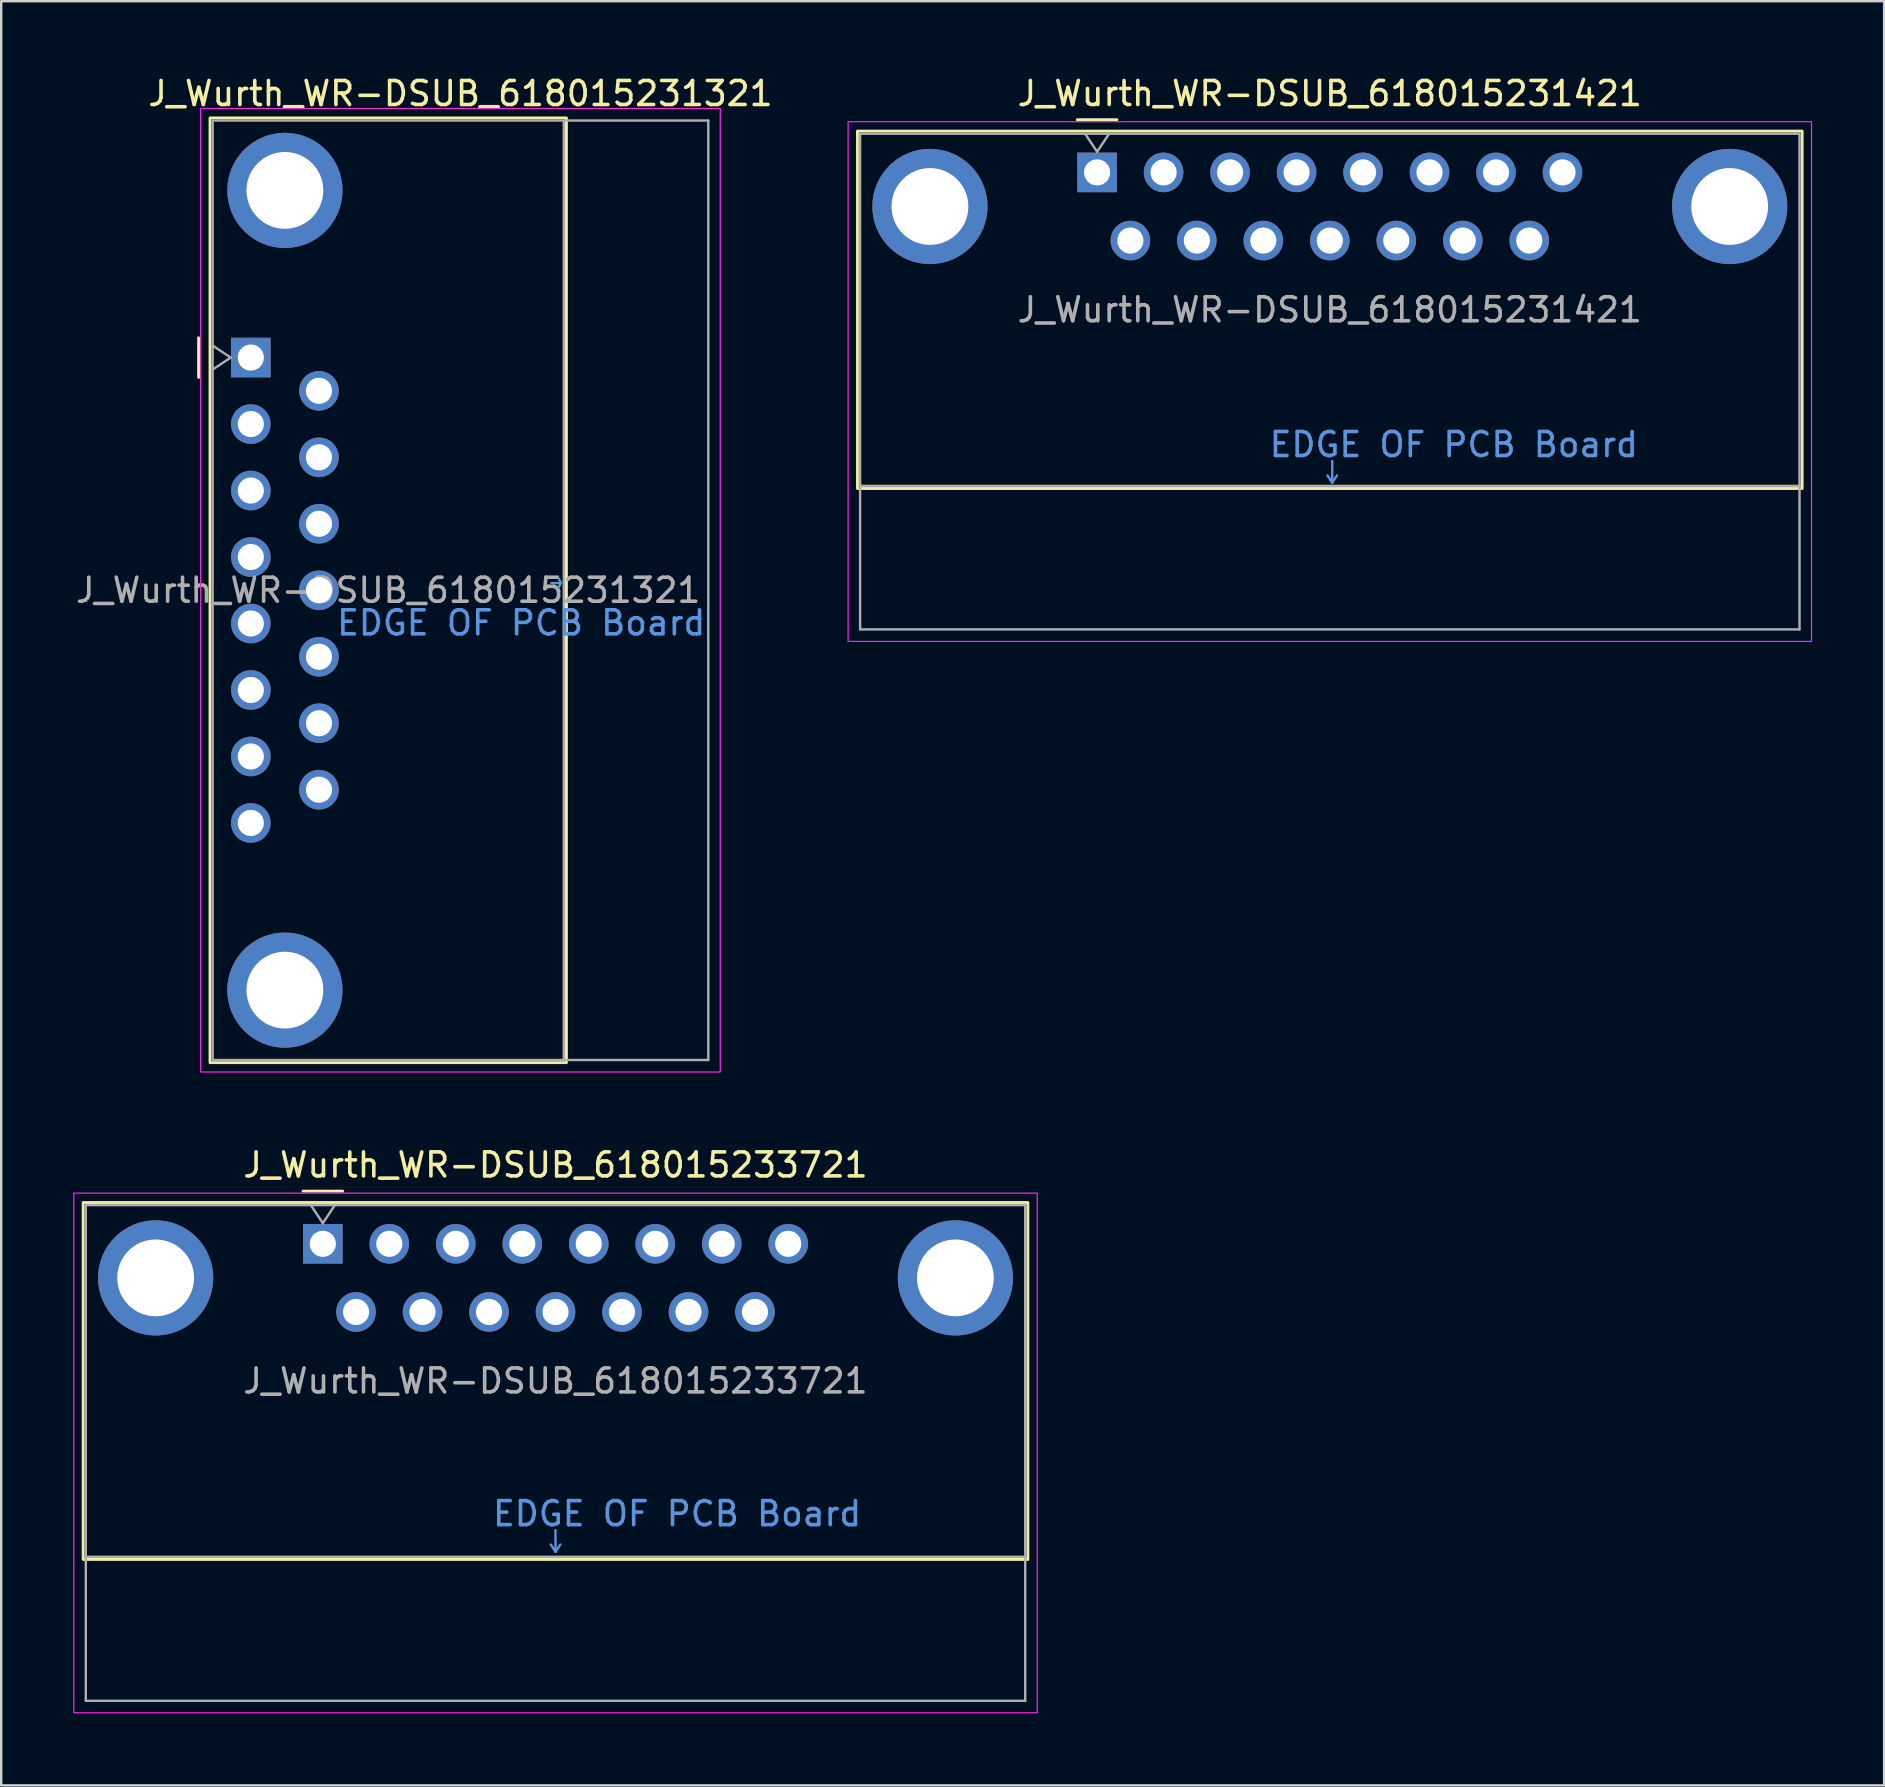
<source format=kicad_pcb>
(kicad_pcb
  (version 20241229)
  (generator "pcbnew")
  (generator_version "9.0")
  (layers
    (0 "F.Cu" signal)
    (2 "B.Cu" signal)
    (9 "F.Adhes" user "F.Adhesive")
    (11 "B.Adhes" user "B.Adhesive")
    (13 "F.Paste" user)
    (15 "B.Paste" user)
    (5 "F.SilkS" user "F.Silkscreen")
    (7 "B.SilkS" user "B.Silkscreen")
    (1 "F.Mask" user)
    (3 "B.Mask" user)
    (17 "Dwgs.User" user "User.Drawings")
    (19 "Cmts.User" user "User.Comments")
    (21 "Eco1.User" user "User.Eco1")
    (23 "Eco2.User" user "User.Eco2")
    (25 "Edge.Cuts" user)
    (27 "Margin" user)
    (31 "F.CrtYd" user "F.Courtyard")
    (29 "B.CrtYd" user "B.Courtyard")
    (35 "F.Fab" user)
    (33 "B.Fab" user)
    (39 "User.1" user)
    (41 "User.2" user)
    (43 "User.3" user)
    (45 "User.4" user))
  (footprint "J_Wurth_WR-DSUB_618015233721"
    (layer "F.Cu")
    (at 10.4 48.772)
    (property "Reference" "J_Wurth_WR-DSUB_618015233721" (at 9.695 -3.285 0) (unlocked yes) (layer "F.SilkS") (effects (font (size 1 1) (thickness 0.15))))
    (attr through_hole)
    (fp_line (start 0.825 -2.195) (end -0.825 -2.195) (stroke (width 0.12) (type solid)) (layer "F.SilkS"))
    (fp_rect (start -9.985 -1.72) (end 29.375 13.15) (stroke (width 0.12) (type solid)) (fill no) (layer "F.SilkS"))
    (fp_line (start 9.695 11.93) (end 9.695 12.83) (stroke (width 0.1) (type solid)) (layer "Cmts.User"))
    (fp_line (start 9.695 12.83) (end 9.495 12.53) (stroke (width 0.1) (type solid)) (layer "Cmts.User"))
    (fp_line (start 9.695 12.83) (end 9.895 12.53) (stroke (width 0.1) (type solid)) (layer "Cmts.User"))
    (fp_rect (start -10.375 -2.11) (end 29.765 19.54) (stroke (width 0.05) (type solid)) (fill no) (layer "F.CrtYd"))
    (fp_line (start -9.875 19.04) (end -9.875 13.04) (stroke (width 0.1) (type solid)) (layer "F.Fab"))
    (fp_line (start 0 -0.86) (end -0.5 -1.61) (stroke (width 0.1) (type solid)) (layer "F.Fab"))
    (fp_line (start 0 -0.86) (end 0.5 -1.61) (stroke (width 0.1) (type solid)) (layer "F.Fab"))
    (fp_line (start 29.265 13.04) (end 29.265 19.04) (stroke (width 0.1) (type solid)) (layer "F.Fab"))
    (fp_line (start 29.265 19.04) (end -9.875 19.04) (stroke (width 0.1) (type solid)) (layer "F.Fab"))
    (fp_rect (start -9.875 -1.61) (end 29.265 13.04) (stroke (width 0.1) (type solid)) (fill no) (layer "F.Fab"))
    (fp_text user "EDGE OF PCB Board" (at 6.995 11.83 0) (unlocked yes) (layer "Cmts.User") (effects (font (size 1 1) (thickness 0.15)) (justify left bottom)))
    (fp_text user "${REFERENCE}" (at 9.695 5.715 0) (unlocked yes) (layer "F.Fab") (effects (font (size 1 1) (thickness 0.15))))
    (pad "1" thru_hole rect (at 0 0) (size 1.65 1.65) (drill 1.09) (layers "*.Cu" "*.Mask"))
    (pad "2" thru_hole circle (at 2.77 0) (size 1.65 1.65) (drill 1.09) (layers "*.Cu" "*.Mask"))
    (pad "3" thru_hole circle (at 5.54 0) (size 1.65 1.65) (drill 1.09) (layers "*.Cu" "*.Mask"))
    (pad "4" thru_hole circle (at 8.31 0) (size 1.65 1.65) (drill 1.09) (layers "*.Cu" "*.Mask"))
    (pad "5" thru_hole circle (at 11.08 0) (size 1.65 1.65) (drill 1.09) (layers "*.Cu" "*.Mask"))
    (pad "6" thru_hole circle (at 13.85 0) (size 1.65 1.65) (drill 1.09) (layers "*.Cu" "*.Mask"))
    (pad "7" thru_hole circle (at 16.62 0) (size 1.65 1.65) (drill 1.09) (layers "*.Cu" "*.Mask"))
    (pad "8" thru_hole circle (at 19.39 0) (size 1.65 1.65) (drill 1.09) (layers "*.Cu" "*.Mask"))
    (pad "9" thru_hole circle (at 1.385 2.84) (size 1.65 1.65) (drill 1.09) (layers "*.Cu" "*.Mask"))
    (pad "10" thru_hole circle (at 4.155 2.84) (size 1.65 1.65) (drill 1.09) (layers "*.Cu" "*.Mask"))
    (pad "11" thru_hole circle (at 6.925 2.84) (size 1.65 1.65) (drill 1.09) (layers "*.Cu" "*.Mask"))
    (pad "12" thru_hole circle (at 9.695 2.84) (size 1.65 1.65) (drill 1.09) (layers "*.Cu" "*.Mask"))
    (pad "13" thru_hole circle (at 12.465 2.84) (size 1.65 1.65) (drill 1.09) (layers "*.Cu" "*.Mask"))
    (pad "14" thru_hole circle (at 15.235 2.84) (size 1.65 1.65) (drill 1.09) (layers "*.Cu" "*.Mask"))
    (pad "15" thru_hole circle (at 18.005 2.84) (size 1.65 1.65) (drill 1.09) (layers "*.Cu" "*.Mask"))
    (pad "S1" thru_hole circle (at -6.965 1.42) (size 4.8 4.8) (drill 3.2) (layers "*.Cu" "*.Mask"))
    (pad "S2" thru_hole circle (at 26.355 1.42) (size 4.8 4.8) (drill 3.2) (layers "*.Cu" "*.Mask")))
  (footprint "J_Wurth_WR-DSUB_618015231421"
    (layer "F.Cu")
    (at 42.66 4.133)
    (property "Reference" "J_Wurth_WR-DSUB_618015231421" (at 9.695 -3.285 0) (unlocked yes) (layer "F.SilkS") (effects (font (size 1 1) (thickness 0.15))))
    (attr through_hole)
    (fp_line (start 0.825 -2.195) (end -0.825 -2.195) (stroke (width 0.12) (type solid)) (layer "F.SilkS"))
    (fp_rect (start -9.985 -1.72) (end 29.375 13.17) (stroke (width 0.12) (type solid)) (fill no) (layer "F.SilkS"))
    (fp_line (start 9.795 12.025) (end 9.795 12.925) (stroke (width 0.1) (type solid)) (layer "Cmts.User"))
    (fp_line (start 9.795 12.925) (end 9.595 12.625) (stroke (width 0.1) (type solid)) (layer "Cmts.User"))
    (fp_line (start 9.795 12.925) (end 9.995 12.625) (stroke (width 0.1) (type solid)) (layer "Cmts.User"))
    (fp_rect (start -10.375 -2.11) (end 29.765 19.54) (stroke (width 0.05) (type solid)) (fill no) (layer "F.CrtYd"))
    (fp_line (start -9.875 19.04) (end -9.875 13.06) (stroke (width 0.1) (type solid)) (layer "F.Fab"))
    (fp_line (start 0 -0.86) (end -0.5 -1.61) (stroke (width 0.1) (type solid)) (layer "F.Fab"))
    (fp_line (start 0 -0.86) (end 0.5 -1.61) (stroke (width 0.1) (type solid)) (layer "F.Fab"))
    (fp_line (start 29.265 13.06) (end 29.265 19.04) (stroke (width 0.1) (type solid)) (layer "F.Fab"))
    (fp_line (start 29.265 19.04) (end -9.875 19.04) (stroke (width 0.1) (type solid)) (layer "F.Fab"))
    (fp_rect (start -9.875 -1.61) (end 29.265 13.06) (stroke (width 0.1) (type solid)) (fill no) (layer "F.Fab"))
    (fp_text user "EDGE OF PCB Board" (at 7.095 11.925 0) (unlocked yes) (layer "Cmts.User") (effects (font (size 1 1) (thickness 0.15)) (justify left bottom)))
    (fp_text user "${REFERENCE}" (at 9.695 5.725 0) (unlocked yes) (layer "F.Fab") (effects (font (size 1 1) (thickness 0.15))))
    (pad "1" thru_hole rect (at 0 0) (size 1.65 1.65) (drill 1.09) (layers "*.Cu" "*.Mask"))
    (pad "2" thru_hole circle (at 2.77 0) (size 1.65 1.65) (drill 1.09) (layers "*.Cu" "*.Mask"))
    (pad "3" thru_hole circle (at 5.54 0) (size 1.65 1.65) (drill 1.09) (layers "*.Cu" "*.Mask"))
    (pad "4" thru_hole circle (at 8.31 0) (size 1.65 1.65) (drill 1.09) (layers "*.Cu" "*.Mask"))
    (pad "5" thru_hole circle (at 11.08 0) (size 1.65 1.65) (drill 1.09) (layers "*.Cu" "*.Mask"))
    (pad "6" thru_hole circle (at 13.85 0) (size 1.65 1.65) (drill 1.09) (layers "*.Cu" "*.Mask"))
    (pad "7" thru_hole circle (at 16.62 0) (size 1.65 1.65) (drill 1.09) (layers "*.Cu" "*.Mask"))
    (pad "8" thru_hole circle (at 19.39 0) (size 1.65 1.65) (drill 1.09) (layers "*.Cu" "*.Mask"))
    (pad "9" thru_hole circle (at 1.385 2.84) (size 1.65 1.65) (drill 1.09) (layers "*.Cu" "*.Mask"))
    (pad "10" thru_hole circle (at 4.155 2.84) (size 1.65 1.65) (drill 1.09) (layers "*.Cu" "*.Mask"))
    (pad "11" thru_hole circle (at 6.925 2.84) (size 1.65 1.65) (drill 1.09) (layers "*.Cu" "*.Mask"))
    (pad "12" thru_hole circle (at 9.695 2.84) (size 1.65 1.65) (drill 1.09) (layers "*.Cu" "*.Mask"))
    (pad "13" thru_hole circle (at 12.465 2.84) (size 1.65 1.65) (drill 1.09) (layers "*.Cu" "*.Mask"))
    (pad "14" thru_hole circle (at 15.235 2.84) (size 1.65 1.65) (drill 1.09) (layers "*.Cu" "*.Mask"))
    (pad "15" thru_hole circle (at 18.005 2.84) (size 1.65 1.65) (drill 1.09) (layers "*.Cu" "*.Mask"))
    (pad "S1" thru_hole circle (at -6.965 1.42) (size 4.8 4.8) (drill 3.2) (layers "*.Cu" "*.Mask"))
    (pad "S2" thru_hole circle (at 26.355 1.42) (size 4.8 4.8) (drill 3.2) (layers "*.Cu" "*.Mask")))
  (footprint "J_Wurth_WR-DSUB_618015231321"
    (layer "F.Cu")
    (at 7.4 11.848)
    (property "Reference" "J_Wurth_WR-DSUB_618015231321" (at 8.735 -11 0) (unlocked yes) (layer "F.SilkS") (effects (font (size 1 1) (thickness 0.15))))
    (attr through_hole)
    (fp_line (start -2.175 -0.825) (end -2.175 0.825) (stroke (width 0.12) (type solid)) (layer "F.SilkS"))
    (fp_rect (start -1.7 -9.985) (end 13.15 29.375) (stroke (width 0.12) (type solid)) (fill no) (layer "F.SilkS"))
    (fp_line (start 12.52 9.395) (end 12.92 9.395) (stroke (width 0.1) (type solid)) (layer "Cmts.User"))
    (fp_line (start 12.92 9.395) (end 12.82 9.195) (stroke (width 0.1) (type solid)) (layer "Cmts.User"))
    (fp_line (start 12.92 9.395) (end 12.82 9.595) (stroke (width 0.1) (type solid)) (layer "Cmts.User"))
    (fp_rect (start -2.09 -10.375) (end 19.56 29.765) (stroke (width 0.05) (type solid)) (fill no) (layer "F.CrtYd"))
    (fp_line (start -0.84 0) (end -1.59 -0.5) (stroke (width 0.1) (type solid)) (layer "F.Fab"))
    (fp_line (start -0.84 0) (end -1.59 0.5) (stroke (width 0.1) (type solid)) (layer "F.Fab"))
    (fp_line (start 13.04 -9.875) (end 19.06 -9.875) (stroke (width 0.1) (type solid)) (layer "F.Fab"))
    (fp_line (start 19.06 -9.875) (end 19.06 29.265) (stroke (width 0.1) (type solid)) (layer "F.Fab"))
    (fp_line (start 19.06 29.265) (end 13.04 29.265) (stroke (width 0.1) (type solid)) (layer "F.Fab"))
    (fp_rect (start -1.59 -9.875) (end 13.04 29.265) (stroke (width 0.1) (type solid)) (fill no) (layer "F.Fab"))
    (fp_text user "EDGE OF PCB Board" (at 3.5 11.64 0) (unlocked yes) (layer "Cmts.User") (effects (font (size 1 1) (thickness 0.15)) (justify left bottom)))
    (fp_text user "${REFERENCE}" (at 5.725 9.695 0) (unlocked yes) (layer "F.Fab") (effects (font (size 1 1) (thickness 0.15))))
    (pad "1" thru_hole rect (at 0 0 90) (size 1.65 1.65) (drill 1.09) (layers "*.Cu" "*.Mask"))
    (pad "2" thru_hole circle (at 0 2.77 90) (size 1.65 1.65) (drill 1.09) (layers "*.Cu" "*.Mask"))
    (pad "3" thru_hole circle (at 0 5.54 90) (size 1.65 1.65) (drill 1.09) (layers "*.Cu" "*.Mask"))
    (pad "4" thru_hole circle (at 0 8.31 90) (size 1.65 1.65) (drill 1.09) (layers "*.Cu" "*.Mask"))
    (pad "5" thru_hole circle (at 0 11.08 90) (size 1.65 1.65) (drill 1.09) (layers "*.Cu" "*.Mask"))
    (pad "6" thru_hole circle (at 0 13.85 90) (size 1.65 1.65) (drill 1.09) (layers "*.Cu" "*.Mask"))
    (pad "7" thru_hole circle (at 0 16.62 90) (size 1.65 1.65) (drill 1.09) (layers "*.Cu" "*.Mask"))
    (pad "8" thru_hole circle (at 0 19.39 90) (size 1.65 1.65) (drill 1.09) (layers "*.Cu" "*.Mask"))
    (pad "9" thru_hole circle (at 2.84 1.385 90) (size 1.65 1.65) (drill 1.09) (layers "*.Cu" "*.Mask"))
    (pad "10" thru_hole circle (at 2.84 4.155 90) (size 1.65 1.65) (drill 1.09) (layers "*.Cu" "*.Mask"))
    (pad "11" thru_hole circle (at 2.84 6.925 90) (size 1.65 1.65) (drill 1.09) (layers "*.Cu" "*.Mask"))
    (pad "12" thru_hole circle (at 2.84 9.695 90) (size 1.65 1.65) (drill 1.09) (layers "*.Cu" "*.Mask"))
    (pad "13" thru_hole circle (at 2.84 12.465 90) (size 1.65 1.65) (drill 1.09) (layers "*.Cu" "*.Mask"))
    (pad "14" thru_hole circle (at 2.84 15.235 90) (size 1.65 1.65) (drill 1.09) (layers "*.Cu" "*.Mask"))
    (pad "15" thru_hole circle (at 2.84 18.005 90) (size 1.65 1.65) (drill 1.09) (layers "*.Cu" "*.Mask"))
    (pad "S1" thru_hole circle (at 1.42 26.355 90) (size 4.8 4.8) (drill 3.2) (layers "*.Cu" "*.Mask"))
    (pad "S2" thru_hole circle (at 1.42 -6.965 90) (size 4.8 4.8) (drill 3.2) (layers "*.Cu" "*.Mask")))
  (gr_rect
    (start -3 -3)
    (end 75.45 71.337)
    (stroke (width 0.1) (type default))
    (fill no)
    (layer "Edge.Cuts")))
</source>
